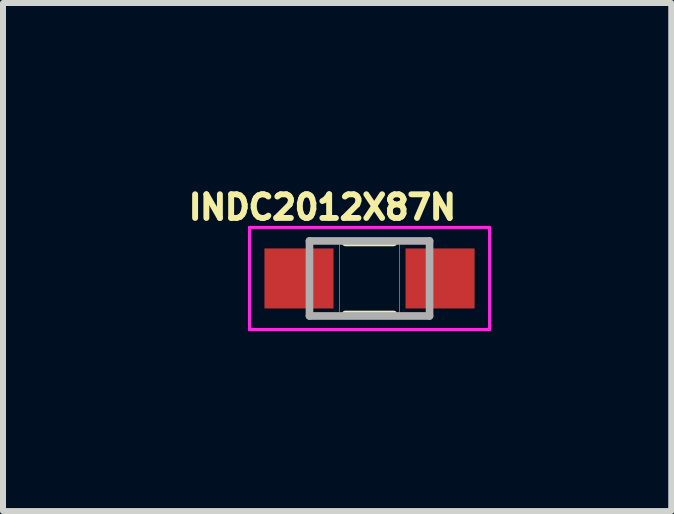
<source format=kicad_pcb>
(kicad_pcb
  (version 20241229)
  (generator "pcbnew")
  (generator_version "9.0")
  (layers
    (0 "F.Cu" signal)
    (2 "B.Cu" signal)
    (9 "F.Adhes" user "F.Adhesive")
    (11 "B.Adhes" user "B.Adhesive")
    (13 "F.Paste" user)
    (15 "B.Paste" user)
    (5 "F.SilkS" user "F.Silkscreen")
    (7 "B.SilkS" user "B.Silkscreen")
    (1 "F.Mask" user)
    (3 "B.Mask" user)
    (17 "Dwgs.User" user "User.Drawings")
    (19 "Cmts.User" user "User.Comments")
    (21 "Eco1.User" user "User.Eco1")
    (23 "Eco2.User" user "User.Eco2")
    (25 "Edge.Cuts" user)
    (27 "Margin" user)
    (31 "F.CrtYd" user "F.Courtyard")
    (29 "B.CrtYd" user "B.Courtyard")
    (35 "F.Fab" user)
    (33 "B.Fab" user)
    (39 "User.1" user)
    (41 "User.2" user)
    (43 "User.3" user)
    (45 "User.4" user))
  (footprint "INDC2012X87N"
    (layer "F.Cu")
    (at 3.105 1.588)
    (property "Reference" "INDC2012X87N" (at -0.785 -1.185 0) (layer "F.SilkS") (effects (font (size 0.394 0.394) (thickness 0.15))))
    (attr smd)
    (fp_line (start -0.4 -0.6) (end 0.4 -0.6) (stroke (width 0.127) (type solid)) (layer "F.SilkS"))
    (fp_line (start -0.4 0.6) (end 0.4 0.6) (stroke (width 0.127) (type solid)) (layer "F.SilkS"))
    (fp_line (start -2 -0.85) (end 2 -0.85) (stroke (width 0.051) (type solid)) (layer "F.CrtYd"))
    (fp_line (start -2 0.85) (end -2 -0.85) (stroke (width 0.051) (type solid)) (layer "F.CrtYd"))
    (fp_line (start 2 -0.85) (end 2 0.85) (stroke (width 0.051) (type solid)) (layer "F.CrtYd"))
    (fp_line (start 2 0.85) (end -2 0.85) (stroke (width 0.051) (type solid)) (layer "F.CrtYd"))
    (fp_line (start -1 -0.625) (end 1 -0.625) (stroke (width 0.127) (type solid)) (layer "F.Fab"))
    (fp_line (start -1 0.625) (end -1 -0.625) (stroke (width 0.127) (type solid)) (layer "F.Fab"))
    (fp_line (start 1 -0.625) (end 1 0.625) (stroke (width 0.127) (type solid)) (layer "F.Fab"))
    (fp_line (start 1 0.625) (end -1 0.625) (stroke (width 0.127) (type solid)) (layer "F.Fab"))
    (fp_poly (pts (xy -1 -0.625) (xy -0.5 -0.625) (xy -0.5 0.625) (xy -1 0.625)) (stroke (width 0.01) (type solid)) (fill no) (layer "F.Fab"))
    (fp_poly (pts (xy 0.5 -0.625) (xy 1 -0.625) (xy 1 0.625) (xy 0.5 0.625)) (stroke (width 0.01) (type solid)) (fill no) (layer "F.Fab"))
    (pad "1" smd rect (at -1.175 0) (size 1.15 1) (layers "F.Cu" "F.Mask" "F.Paste"))
    (pad "2" smd rect (at 1.175 0) (size 1.15 1) (layers "F.Cu" "F.Mask" "F.Paste")))
  (gr_rect
    (start -3 -3)
    (end 8.131 5.463)
    (stroke (width 0.1) (type default))
    (fill no)
    (layer "Edge.Cuts")))
</source>
